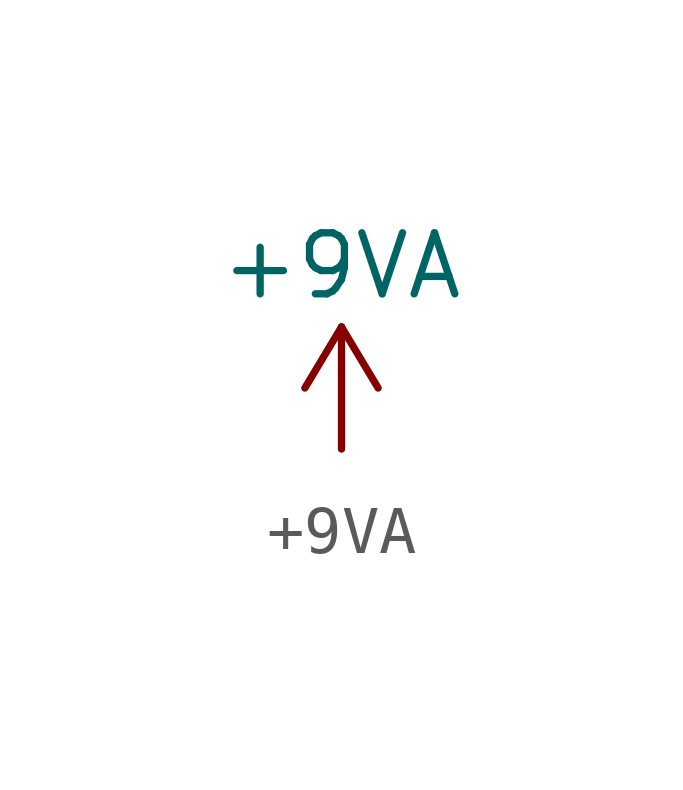
<source format=kicad_sym>
(kicad_symbol_lib
  (version 20211014)
  (generator kicad_symbol_editor)
  (symbol "+9VA"
    (power)
    (pin_names
      (offset 0))
    (property "Reference" "#PWR"
      (at 0 -3.175 0)
      (effects (font (size 1.27 1.27)) hide))
    (property "Value" "+9VA"
      (at 0 3.81 0)
      (effects (font (size 1.27 1.27))))
    (symbol "+9VA_0_1"
      (polyline (pts (xy -0.762 1.27) (xy 0 2.54)) (stroke (width 0) (type default) (color 0 0 0 0)) (fill (type none)))
      (polyline (pts (xy 0 0) (xy 0 2.54)) (stroke (width 0) (type default) (color 0 0 0 0)) (fill (type none)))
      (polyline (pts (xy 0 2.54) (xy 0.762 1.27)) (stroke (width 0) (type default) (color 0 0 0 0)) (fill (type none))))
    (symbol "+9VA_1_1"
      (pin power_in line (at 0 0 90) (length 0) hide (name "+9VA" (effects (font (size 1.27 1.27)))) (number "1" (effects (font (size 1.27 1.27))))))))
</source>
